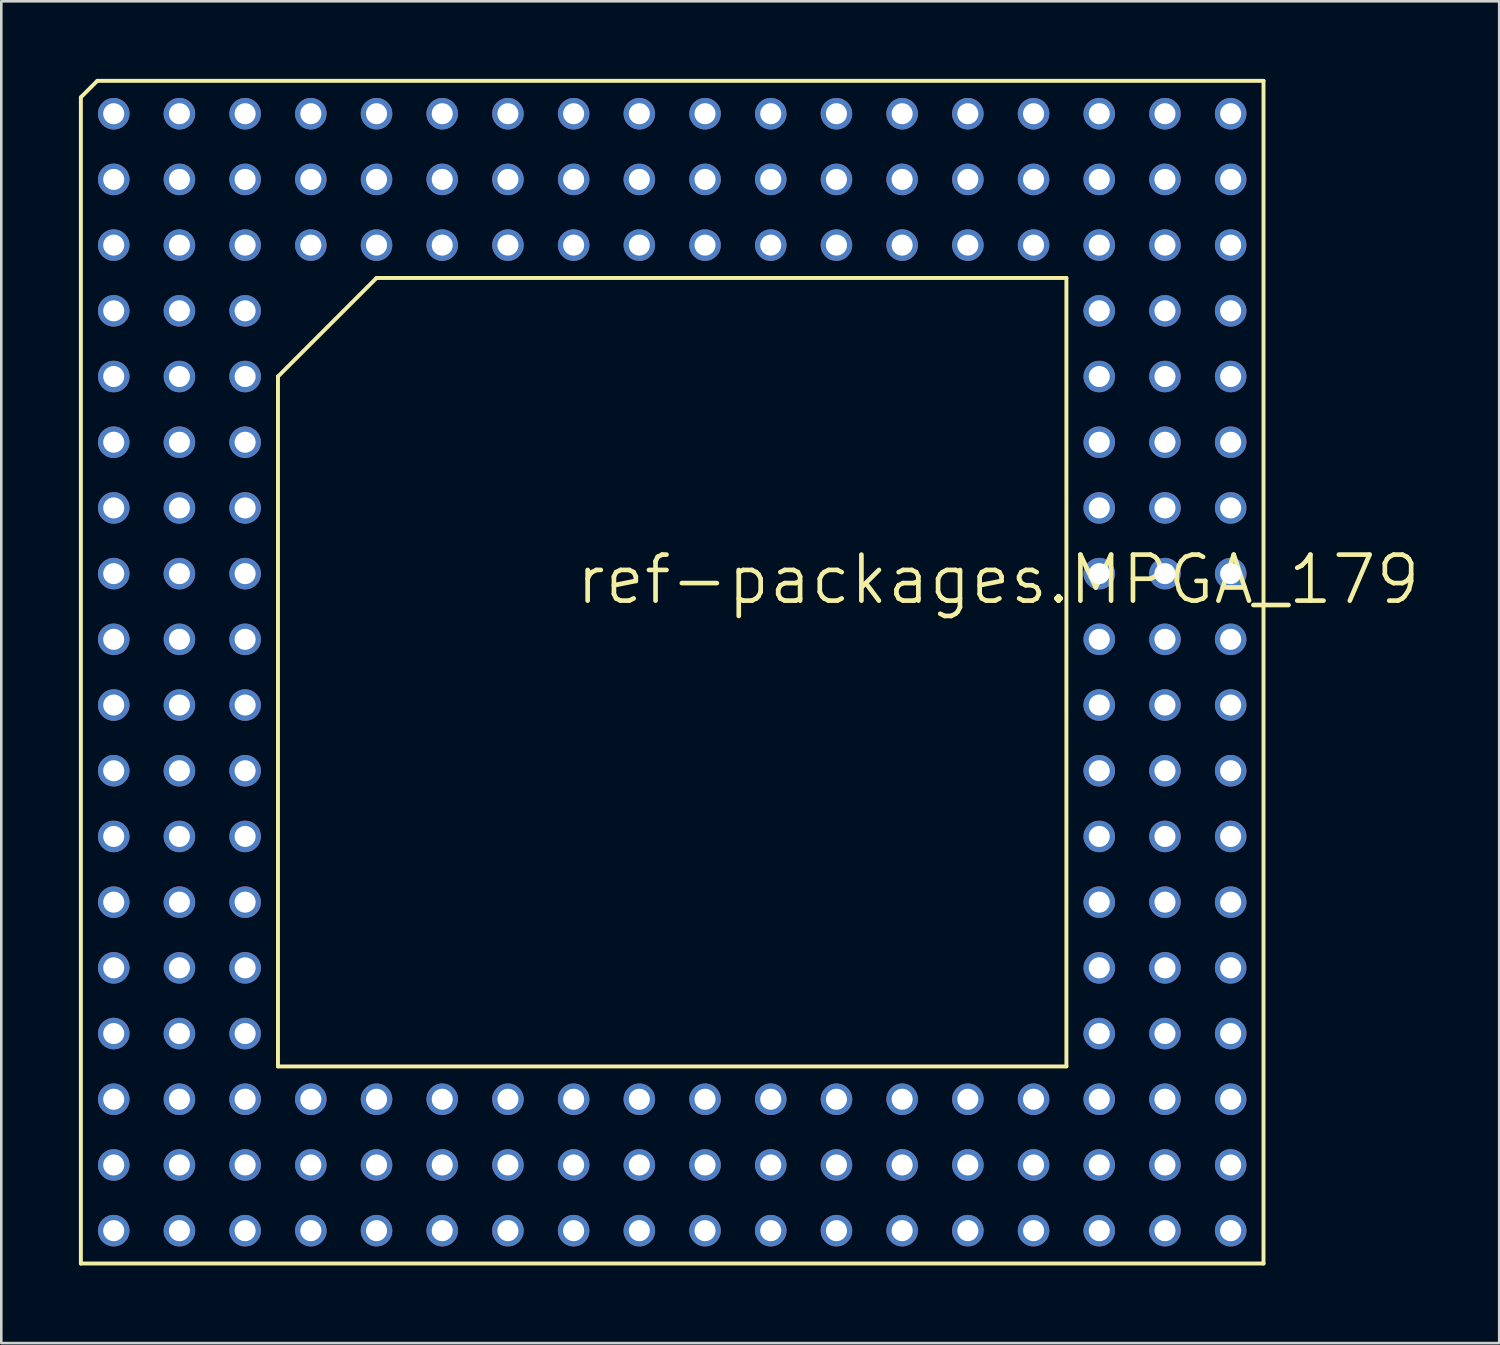
<source format=kicad_pcb>
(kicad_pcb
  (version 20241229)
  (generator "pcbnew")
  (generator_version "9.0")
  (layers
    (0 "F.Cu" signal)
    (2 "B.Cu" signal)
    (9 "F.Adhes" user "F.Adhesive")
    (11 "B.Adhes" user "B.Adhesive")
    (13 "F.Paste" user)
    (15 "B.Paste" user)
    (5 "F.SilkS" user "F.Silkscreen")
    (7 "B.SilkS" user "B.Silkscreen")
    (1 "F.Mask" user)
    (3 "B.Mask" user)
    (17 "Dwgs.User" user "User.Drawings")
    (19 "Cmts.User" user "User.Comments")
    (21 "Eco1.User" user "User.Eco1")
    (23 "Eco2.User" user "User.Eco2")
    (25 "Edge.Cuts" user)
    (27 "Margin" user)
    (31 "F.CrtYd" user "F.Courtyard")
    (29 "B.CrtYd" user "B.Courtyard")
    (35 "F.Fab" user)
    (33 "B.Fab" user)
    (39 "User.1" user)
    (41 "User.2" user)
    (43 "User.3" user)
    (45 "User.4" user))
  (footprint "ref-packages.MPGA_179"
    (layer "F.Cu")
    (at 22.936 22.936)
    (property "Reference" "ref-packages.MPGA_179" (at -3.81 -2.54 0) (layer "F.SilkS") (effects (font (size 1.778 1.778) (thickness 0.18)) (justify left bottom)))
    (attr through_hole)
    (fp_line (start -22.86 -22.225) (end -22.225 -22.86) (stroke (width 0.152) (type default)) (layer "F.SilkS"))
    (fp_line (start -22.86 22.86) (end -22.86 -22.225) (stroke (width 0.152) (type default)) (layer "F.SilkS"))
    (fp_line (start -22.225 -22.86) (end 22.86 -22.86) (stroke (width 0.152) (type default)) (layer "F.SilkS"))
    (fp_line (start -15.24 -11.43) (end -15.24 15.24) (stroke (width 0.152) (type default)) (layer "F.SilkS"))
    (fp_line (start -11.43 -15.24) (end -15.24 -11.43) (stroke (width 0.152) (type default)) (layer "F.SilkS"))
    (fp_line (start -11.43 -15.24) (end 15.24 -15.24) (stroke (width 0.152) (type default)) (layer "F.SilkS"))
    (fp_line (start 15.24 15.24) (end -15.24 15.24) (stroke (width 0.152) (type default)) (layer "F.SilkS"))
    (fp_line (start 15.24 15.24) (end 15.24 -15.24) (stroke (width 0.152) (type default)) (layer "F.SilkS"))
    (fp_line (start 22.86 -22.86) (end 22.86 22.86) (stroke (width 0.152) (type default)) (layer "F.SilkS"))
    (fp_line (start 22.86 22.86) (end -22.86 22.86) (stroke (width 0.152) (type default)) (layer "F.SilkS"))
    (pad "A01" thru_hole circle (at -21.59 -21.59 90) (size 1.219 1.219) (drill 0.813) (layers "*.Cu" "*.Mask"))
    (pad "A02" thru_hole circle (at -19.05 -21.59 90) (size 1.219 1.219) (drill 0.813) (layers "*.Cu" "*.Mask"))
    (pad "A03" thru_hole circle (at -16.51 -21.59 90) (size 1.219 1.219) (drill 0.813) (layers "*.Cu" "*.Mask"))
    (pad "A04" thru_hole circle (at -13.97 -21.59 90) (size 1.219 1.219) (drill 0.813) (layers "*.Cu" "*.Mask"))
    (pad "A05" thru_hole circle (at -11.43 -21.59 90) (size 1.219 1.219) (drill 0.813) (layers "*.Cu" "*.Mask"))
    (pad "A06" thru_hole circle (at -8.89 -21.59 90) (size 1.219 1.219) (drill 0.813) (layers "*.Cu" "*.Mask"))
    (pad "A07" thru_hole circle (at -6.35 -21.59 90) (size 1.219 1.219) (drill 0.813) (layers "*.Cu" "*.Mask"))
    (pad "A08" thru_hole circle (at -3.81 -21.59 90) (size 1.219 1.219) (drill 0.813) (layers "*.Cu" "*.Mask"))
    (pad "A09" thru_hole circle (at -1.27 -21.59 90) (size 1.219 1.219) (drill 0.813) (layers "*.Cu" "*.Mask"))
    (pad "A10" thru_hole circle (at 1.27 -21.59 90) (size 1.219 1.219) (drill 0.813) (layers "*.Cu" "*.Mask"))
    (pad "A11" thru_hole circle (at 3.81 -21.59 90) (size 1.219 1.219) (drill 0.813) (layers "*.Cu" "*.Mask"))
    (pad "A12" thru_hole circle (at 6.35 -21.59 90) (size 1.219 1.219) (drill 0.813) (layers "*.Cu" "*.Mask"))
    (pad "A13" thru_hole circle (at 8.89 -21.59 90) (size 1.219 1.219) (drill 0.813) (layers "*.Cu" "*.Mask"))
    (pad "A14" thru_hole circle (at 11.43 -21.59 90) (size 1.219 1.219) (drill 0.813) (layers "*.Cu" "*.Mask"))
    (pad "A15" thru_hole circle (at 13.97 -21.59 90) (size 1.219 1.219) (drill 0.813) (layers "*.Cu" "*.Mask"))
    (pad "A16" thru_hole circle (at 16.51 -21.59 90) (size 1.219 1.219) (drill 0.813) (layers "*.Cu" "*.Mask"))
    (pad "A17" thru_hole circle (at 19.05 -21.59 90) (size 1.219 1.219) (drill 0.813) (layers "*.Cu" "*.Mask"))
    (pad "A18" thru_hole circle (at 21.59 -21.59 90) (size 1.219 1.219) (drill 0.813) (layers "*.Cu" "*.Mask"))
    (pad "B01" thru_hole circle (at -21.59 -19.05 90) (size 1.219 1.219) (drill 0.813) (layers "*.Cu" "*.Mask"))
    (pad "B02" thru_hole circle (at -19.05 -19.05 90) (size 1.219 1.219) (drill 0.813) (layers "*.Cu" "*.Mask"))
    (pad "B03" thru_hole circle (at -16.51 -19.05 90) (size 1.219 1.219) (drill 0.813) (layers "*.Cu" "*.Mask"))
    (pad "B04" thru_hole circle (at -13.97 -19.05 90) (size 1.219 1.219) (drill 0.813) (layers "*.Cu" "*.Mask"))
    (pad "B05" thru_hole circle (at -11.43 -19.05 90) (size 1.219 1.219) (drill 0.813) (layers "*.Cu" "*.Mask"))
    (pad "B06" thru_hole circle (at -8.89 -19.05 90) (size 1.219 1.219) (drill 0.813) (layers "*.Cu" "*.Mask"))
    (pad "B07" thru_hole circle (at -6.35 -19.05 90) (size 1.219 1.219) (drill 0.813) (layers "*.Cu" "*.Mask"))
    (pad "B08" thru_hole circle (at -3.81 -19.05 90) (size 1.219 1.219) (drill 0.813) (layers "*.Cu" "*.Mask"))
    (pad "B09" thru_hole circle (at -1.27 -19.05 90) (size 1.219 1.219) (drill 0.813) (layers "*.Cu" "*.Mask"))
    (pad "B10" thru_hole circle (at 1.27 -19.05 90) (size 1.219 1.219) (drill 0.813) (layers "*.Cu" "*.Mask"))
    (pad "B11" thru_hole circle (at 3.81 -19.05 90) (size 1.219 1.219) (drill 0.813) (layers "*.Cu" "*.Mask"))
    (pad "B12" thru_hole circle (at 6.35 -19.05 90) (size 1.219 1.219) (drill 0.813) (layers "*.Cu" "*.Mask"))
    (pad "B13" thru_hole circle (at 8.89 -19.05 90) (size 1.219 1.219) (drill 0.813) (layers "*.Cu" "*.Mask"))
    (pad "B14" thru_hole circle (at 11.43 -19.05 90) (size 1.219 1.219) (drill 0.813) (layers "*.Cu" "*.Mask"))
    (pad "B15" thru_hole circle (at 13.97 -19.05 90) (size 1.219 1.219) (drill 0.813) (layers "*.Cu" "*.Mask"))
    (pad "B16" thru_hole circle (at 16.51 -19.05 90) (size 1.219 1.219) (drill 0.813) (layers "*.Cu" "*.Mask"))
    (pad "B17" thru_hole circle (at 19.05 -19.05 90) (size 1.219 1.219) (drill 0.813) (layers "*.Cu" "*.Mask"))
    (pad "B18" thru_hole circle (at 21.59 -19.05 90) (size 1.219 1.219) (drill 0.813) (layers "*.Cu" "*.Mask"))
    (pad "C01" thru_hole circle (at -21.59 -16.51 90) (size 1.219 1.219) (drill 0.813) (layers "*.Cu" "*.Mask"))
    (pad "C02" thru_hole circle (at -19.05 -16.51 90) (size 1.219 1.219) (drill 0.813) (layers "*.Cu" "*.Mask"))
    (pad "C03" thru_hole circle (at -16.51 -16.51 90) (size 1.219 1.219) (drill 0.813) (layers "*.Cu" "*.Mask"))
    (pad "C04" thru_hole circle (at -13.97 -16.51 90) (size 1.219 1.219) (drill 0.813) (layers "*.Cu" "*.Mask"))
    (pad "C05" thru_hole circle (at -11.43 -16.51 90) (size 1.219 1.219) (drill 0.813) (layers "*.Cu" "*.Mask"))
    (pad "C06" thru_hole circle (at -8.89 -16.51 90) (size 1.219 1.219) (drill 0.813) (layers "*.Cu" "*.Mask"))
    (pad "C07" thru_hole circle (at -6.35 -16.51 90) (size 1.219 1.219) (drill 0.813) (layers "*.Cu" "*.Mask"))
    (pad "C08" thru_hole circle (at -3.81 -16.51 90) (size 1.219 1.219) (drill 0.813) (layers "*.Cu" "*.Mask"))
    (pad "C09" thru_hole circle (at -1.27 -16.51 90) (size 1.219 1.219) (drill 0.813) (layers "*.Cu" "*.Mask"))
    (pad "C10" thru_hole circle (at 1.27 -16.51 90) (size 1.219 1.219) (drill 0.813) (layers "*.Cu" "*.Mask"))
    (pad "C11" thru_hole circle (at 3.81 -16.51 90) (size 1.219 1.219) (drill 0.813) (layers "*.Cu" "*.Mask"))
    (pad "C12" thru_hole circle (at 6.35 -16.51 90) (size 1.219 1.219) (drill 0.813) (layers "*.Cu" "*.Mask"))
    (pad "C13" thru_hole circle (at 8.89 -16.51 90) (size 1.219 1.219) (drill 0.813) (layers "*.Cu" "*.Mask"))
    (pad "C14" thru_hole circle (at 11.43 -16.51 90) (size 1.219 1.219) (drill 0.813) (layers "*.Cu" "*.Mask"))
    (pad "C15" thru_hole circle (at 13.97 -16.51 90) (size 1.219 1.219) (drill 0.813) (layers "*.Cu" "*.Mask"))
    (pad "C16" thru_hole circle (at 16.51 -16.51 90) (size 1.219 1.219) (drill 0.813) (layers "*.Cu" "*.Mask"))
    (pad "C17" thru_hole circle (at 19.05 -16.51 90) (size 1.219 1.219) (drill 0.813) (layers "*.Cu" "*.Mask"))
    (pad "C18" thru_hole circle (at 21.59 -16.51 90) (size 1.219 1.219) (drill 0.813) (layers "*.Cu" "*.Mask"))
    (pad "D01" thru_hole circle (at -21.59 -13.97 90) (size 1.219 1.219) (drill 0.813) (layers "*.Cu" "*.Mask"))
    (pad "D02" thru_hole circle (at -19.05 -13.97 90) (size 1.219 1.219) (drill 0.813) (layers "*.Cu" "*.Mask"))
    (pad "D03" thru_hole circle (at -16.51 -13.97 90) (size 1.219 1.219) (drill 0.813) (layers "*.Cu" "*.Mask"))
    (pad "D16" thru_hole circle (at 16.51 -13.97 90) (size 1.219 1.219) (drill 0.813) (layers "*.Cu" "*.Mask"))
    (pad "D17" thru_hole circle (at 19.05 -13.97 90) (size 1.219 1.219) (drill 0.813) (layers "*.Cu" "*.Mask"))
    (pad "D18" thru_hole circle (at 21.59 -13.97 90) (size 1.219 1.219) (drill 0.813) (layers "*.Cu" "*.Mask"))
    (pad "E01" thru_hole circle (at -21.59 -11.43 90) (size 1.219 1.219) (drill 0.813) (layers "*.Cu" "*.Mask"))
    (pad "E02" thru_hole circle (at -19.05 -11.43 90) (size 1.219 1.219) (drill 0.813) (layers "*.Cu" "*.Mask"))
    (pad "E03" thru_hole circle (at -16.51 -11.43 90) (size 1.219 1.219) (drill 0.813) (layers "*.Cu" "*.Mask"))
    (pad "E16" thru_hole circle (at 16.51 -11.43 90) (size 1.219 1.219) (drill 0.813) (layers "*.Cu" "*.Mask"))
    (pad "E17" thru_hole circle (at 19.05 -11.43 90) (size 1.219 1.219) (drill 0.813) (layers "*.Cu" "*.Mask"))
    (pad "E18" thru_hole circle (at 21.59 -11.43 90) (size 1.219 1.219) (drill 0.813) (layers "*.Cu" "*.Mask"))
    (pad "F01" thru_hole circle (at -21.59 -8.89 90) (size 1.219 1.219) (drill 0.813) (layers "*.Cu" "*.Mask"))
    (pad "F02" thru_hole circle (at -19.05 -8.89 90) (size 1.219 1.219) (drill 0.813) (layers "*.Cu" "*.Mask"))
    (pad "F03" thru_hole circle (at -16.51 -8.89 90) (size 1.219 1.219) (drill 0.813) (layers "*.Cu" "*.Mask"))
    (pad "F16" thru_hole circle (at 16.51 -8.89 90) (size 1.219 1.219) (drill 0.813) (layers "*.Cu" "*.Mask"))
    (pad "F17" thru_hole circle (at 19.05 -8.89 90) (size 1.219 1.219) (drill 0.813) (layers "*.Cu" "*.Mask"))
    (pad "F18" thru_hole circle (at 21.59 -8.89 90) (size 1.219 1.219) (drill 0.813) (layers "*.Cu" "*.Mask"))
    (pad "G01" thru_hole circle (at -21.59 -6.35 90) (size 1.219 1.219) (drill 0.813) (layers "*.Cu" "*.Mask"))
    (pad "G02" thru_hole circle (at -19.05 -6.35 90) (size 1.219 1.219) (drill 0.813) (layers "*.Cu" "*.Mask"))
    (pad "G03" thru_hole circle (at -16.51 -6.35 90) (size 1.219 1.219) (drill 0.813) (layers "*.Cu" "*.Mask"))
    (pad "G16" thru_hole circle (at 16.51 -6.35 90) (size 1.219 1.219) (drill 0.813) (layers "*.Cu" "*.Mask"))
    (pad "G17" thru_hole circle (at 19.05 -6.35 90) (size 1.219 1.219) (drill 0.813) (layers "*.Cu" "*.Mask"))
    (pad "G18" thru_hole circle (at 21.59 -6.35 90) (size 1.219 1.219) (drill 0.813) (layers "*.Cu" "*.Mask"))
    (pad "H01" thru_hole circle (at -21.59 -3.81 90) (size 1.219 1.219) (drill 0.813) (layers "*.Cu" "*.Mask"))
    (pad "H02" thru_hole circle (at -19.05 -3.81 90) (size 1.219 1.219) (drill 0.813) (layers "*.Cu" "*.Mask"))
    (pad "H03" thru_hole circle (at -16.51 -3.81 90) (size 1.219 1.219) (drill 0.813) (layers "*.Cu" "*.Mask"))
    (pad "H16" thru_hole circle (at 16.51 -3.81 90) (size 1.219 1.219) (drill 0.813) (layers "*.Cu" "*.Mask"))
    (pad "H17" thru_hole circle (at 19.05 -3.81 90) (size 1.219 1.219) (drill 0.813) (layers "*.Cu" "*.Mask"))
    (pad "H18" thru_hole circle (at 21.59 -3.81 90) (size 1.219 1.219) (drill 0.813) (layers "*.Cu" "*.Mask"))
    (pad "J01" thru_hole circle (at -21.59 -1.27 90) (size 1.219 1.219) (drill 0.813) (layers "*.Cu" "*.Mask"))
    (pad "J02" thru_hole circle (at -19.05 -1.27 90) (size 1.219 1.219) (drill 0.813) (layers "*.Cu" "*.Mask"))
    (pad "J03" thru_hole circle (at -16.51 -1.27 90) (size 1.219 1.219) (drill 0.813) (layers "*.Cu" "*.Mask"))
    (pad "J16" thru_hole circle (at 16.51 -1.27 90) (size 1.219 1.219) (drill 0.813) (layers "*.Cu" "*.Mask"))
    (pad "J17" thru_hole circle (at 19.05 -1.27 90) (size 1.219 1.219) (drill 0.813) (layers "*.Cu" "*.Mask"))
    (pad "J18" thru_hole circle (at 21.59 -1.27 90) (size 1.219 1.219) (drill 0.813) (layers "*.Cu" "*.Mask"))
    (pad "K01" thru_hole circle (at -21.59 1.27 90) (size 1.219 1.219) (drill 0.813) (layers "*.Cu" "*.Mask"))
    (pad "K02" thru_hole circle (at -19.05 1.27 90) (size 1.219 1.219) (drill 0.813) (layers "*.Cu" "*.Mask"))
    (pad "K03" thru_hole circle (at -16.51 1.27 90) (size 1.219 1.219) (drill 0.813) (layers "*.Cu" "*.Mask"))
    (pad "K16" thru_hole circle (at 16.51 1.27 90) (size 1.219 1.219) (drill 0.813) (layers "*.Cu" "*.Mask"))
    (pad "K17" thru_hole circle (at 19.05 1.27 90) (size 1.219 1.219) (drill 0.813) (layers "*.Cu" "*.Mask"))
    (pad "K18" thru_hole circle (at 21.59 1.27 90) (size 1.219 1.219) (drill 0.813) (layers "*.Cu" "*.Mask"))
    (pad "L01" thru_hole circle (at -21.59 3.81 90) (size 1.219 1.219) (drill 0.813) (layers "*.Cu" "*.Mask"))
    (pad "L02" thru_hole circle (at -19.05 3.81 90) (size 1.219 1.219) (drill 0.813) (layers "*.Cu" "*.Mask"))
    (pad "L03" thru_hole circle (at -16.51 3.81 90) (size 1.219 1.219) (drill 0.813) (layers "*.Cu" "*.Mask"))
    (pad "L16" thru_hole circle (at 16.51 3.81 90) (size 1.219 1.219) (drill 0.813) (layers "*.Cu" "*.Mask"))
    (pad "L17" thru_hole circle (at 19.05 3.81 90) (size 1.219 1.219) (drill 0.813) (layers "*.Cu" "*.Mask"))
    (pad "L18" thru_hole circle (at 21.59 3.81 90) (size 1.219 1.219) (drill 0.813) (layers "*.Cu" "*.Mask"))
    (pad "M01" thru_hole circle (at -21.59 6.35 90) (size 1.219 1.219) (drill 0.813) (layers "*.Cu" "*.Mask"))
    (pad "M02" thru_hole circle (at -19.05 6.35 90) (size 1.219 1.219) (drill 0.813) (layers "*.Cu" "*.Mask"))
    (pad "M03" thru_hole circle (at -16.51 6.35 90) (size 1.219 1.219) (drill 0.813) (layers "*.Cu" "*.Mask"))
    (pad "M16" thru_hole circle (at 16.51 6.35 90) (size 1.219 1.219) (drill 0.813) (layers "*.Cu" "*.Mask"))
    (pad "M17" thru_hole circle (at 19.05 6.35 90) (size 1.219 1.219) (drill 0.813) (layers "*.Cu" "*.Mask"))
    (pad "M18" thru_hole circle (at 21.59 6.35 90) (size 1.219 1.219) (drill 0.813) (layers "*.Cu" "*.Mask"))
    (pad "N01" thru_hole circle (at -21.59 8.89 90) (size 1.219 1.219) (drill 0.813) (layers "*.Cu" "*.Mask"))
    (pad "N02" thru_hole circle (at -19.05 8.89 90) (size 1.219 1.219) (drill 0.813) (layers "*.Cu" "*.Mask"))
    (pad "N03" thru_hole circle (at -16.51 8.89 90) (size 1.219 1.219) (drill 0.813) (layers "*.Cu" "*.Mask"))
    (pad "N16" thru_hole circle (at 16.51 8.89 90) (size 1.219 1.219) (drill 0.813) (layers "*.Cu" "*.Mask"))
    (pad "N17" thru_hole circle (at 19.05 8.89 90) (size 1.219 1.219) (drill 0.813) (layers "*.Cu" "*.Mask"))
    (pad "N18" thru_hole circle (at 21.59 8.89 90) (size 1.219 1.219) (drill 0.813) (layers "*.Cu" "*.Mask"))
    (pad "P01" thru_hole circle (at -21.59 11.43 90) (size 1.219 1.219) (drill 0.813) (layers "*.Cu" "*.Mask"))
    (pad "P02" thru_hole circle (at -19.05 11.43 90) (size 1.219 1.219) (drill 0.813) (layers "*.Cu" "*.Mask"))
    (pad "P03" thru_hole circle (at -16.51 11.43 90) (size 1.219 1.219) (drill 0.813) (layers "*.Cu" "*.Mask"))
    (pad "P16" thru_hole circle (at 16.51 11.43 90) (size 1.219 1.219) (drill 0.813) (layers "*.Cu" "*.Mask"))
    (pad "P17" thru_hole circle (at 19.05 11.43 90) (size 1.219 1.219) (drill 0.813) (layers "*.Cu" "*.Mask"))
    (pad "P18" thru_hole circle (at 21.59 11.43 90) (size 1.219 1.219) (drill 0.813) (layers "*.Cu" "*.Mask"))
    (pad "Q01" thru_hole circle (at -21.59 13.97 90) (size 1.219 1.219) (drill 0.813) (layers "*.Cu" "*.Mask"))
    (pad "Q02" thru_hole circle (at -19.05 13.97 90) (size 1.219 1.219) (drill 0.813) (layers "*.Cu" "*.Mask"))
    (pad "Q03" thru_hole circle (at -16.51 13.97 90) (size 1.219 1.219) (drill 0.813) (layers "*.Cu" "*.Mask"))
    (pad "Q16" thru_hole circle (at 16.51 13.97 90) (size 1.219 1.219) (drill 0.813) (layers "*.Cu" "*.Mask"))
    (pad "Q17" thru_hole circle (at 19.05 13.97 90) (size 1.219 1.219) (drill 0.813) (layers "*.Cu" "*.Mask"))
    (pad "Q18" thru_hole circle (at 21.59 13.97 90) (size 1.219 1.219) (drill 0.813) (layers "*.Cu" "*.Mask"))
    (pad "R01" thru_hole circle (at -21.59 16.51 90) (size 1.219 1.219) (drill 0.813) (layers "*.Cu" "*.Mask"))
    (pad "R02" thru_hole circle (at -19.05 16.51 90) (size 1.219 1.219) (drill 0.813) (layers "*.Cu" "*.Mask"))
    (pad "R03" thru_hole circle (at -16.51 16.51 90) (size 1.219 1.219) (drill 0.813) (layers "*.Cu" "*.Mask"))
    (pad "R04" thru_hole circle (at -13.97 16.51 90) (size 1.219 1.219) (drill 0.813) (layers "*.Cu" "*.Mask"))
    (pad "R05" thru_hole circle (at -11.43 16.51 90) (size 1.219 1.219) (drill 0.813) (layers "*.Cu" "*.Mask"))
    (pad "R06" thru_hole circle (at -8.89 16.51 90) (size 1.219 1.219) (drill 0.813) (layers "*.Cu" "*.Mask"))
    (pad "R07" thru_hole circle (at -6.35 16.51 90) (size 1.219 1.219) (drill 0.813) (layers "*.Cu" "*.Mask"))
    (pad "R08" thru_hole circle (at -3.81 16.51 90) (size 1.219 1.219) (drill 0.813) (layers "*.Cu" "*.Mask"))
    (pad "R09" thru_hole circle (at -1.27 16.51 90) (size 1.219 1.219) (drill 0.813) (layers "*.Cu" "*.Mask"))
    (pad "R10" thru_hole circle (at 1.27 16.51 90) (size 1.219 1.219) (drill 0.813) (layers "*.Cu" "*.Mask"))
    (pad "R11" thru_hole circle (at 3.81 16.51 90) (size 1.219 1.219) (drill 0.813) (layers "*.Cu" "*.Mask"))
    (pad "R12" thru_hole circle (at 6.35 16.51 90) (size 1.219 1.219) (drill 0.813) (layers "*.Cu" "*.Mask"))
    (pad "R13" thru_hole circle (at 8.89 16.51 90) (size 1.219 1.219) (drill 0.813) (layers "*.Cu" "*.Mask"))
    (pad "R14" thru_hole circle (at 11.43 16.51 90) (size 1.219 1.219) (drill 0.813) (layers "*.Cu" "*.Mask"))
    (pad "R15" thru_hole circle (at 13.97 16.51 90) (size 1.219 1.219) (drill 0.813) (layers "*.Cu" "*.Mask"))
    (pad "R16" thru_hole circle (at 16.51 16.51 90) (size 1.219 1.219) (drill 0.813) (layers "*.Cu" "*.Mask"))
    (pad "R17" thru_hole circle (at 19.05 16.51 90) (size 1.219 1.219) (drill 0.813) (layers "*.Cu" "*.Mask"))
    (pad "R18" thru_hole circle (at 21.59 16.51 90) (size 1.219 1.219) (drill 0.813) (layers "*.Cu" "*.Mask"))
    (pad "S01" thru_hole circle (at -21.59 19.05 90) (size 1.219 1.219) (drill 0.813) (layers "*.Cu" "*.Mask"))
    (pad "S02" thru_hole circle (at -19.05 19.05 90) (size 1.219 1.219) (drill 0.813) (layers "*.Cu" "*.Mask"))
    (pad "S03" thru_hole circle (at -16.51 19.05 90) (size 1.219 1.219) (drill 0.813) (layers "*.Cu" "*.Mask"))
    (pad "S04" thru_hole circle (at -13.97 19.05 90) (size 1.219 1.219) (drill 0.813) (layers "*.Cu" "*.Mask"))
    (pad "S05" thru_hole circle (at -11.43 19.05 90) (size 1.219 1.219) (drill 0.813) (layers "*.Cu" "*.Mask"))
    (pad "S06" thru_hole circle (at -8.89 19.05 90) (size 1.219 1.219) (drill 0.813) (layers "*.Cu" "*.Mask"))
    (pad "S07" thru_hole circle (at -6.35 19.05 90) (size 1.219 1.219) (drill 0.813) (layers "*.Cu" "*.Mask"))
    (pad "S08" thru_hole circle (at -3.81 19.05 90) (size 1.219 1.219) (drill 0.813) (layers "*.Cu" "*.Mask"))
    (pad "S09" thru_hole circle (at -1.27 19.05 90) (size 1.219 1.219) (drill 0.813) (layers "*.Cu" "*.Mask"))
    (pad "S10" thru_hole circle (at 1.27 19.05 90) (size 1.219 1.219) (drill 0.813) (layers "*.Cu" "*.Mask"))
    (pad "S11" thru_hole circle (at 3.81 19.05 90) (size 1.219 1.219) (drill 0.813) (layers "*.Cu" "*.Mask"))
    (pad "S12" thru_hole circle (at 6.35 19.05 90) (size 1.219 1.219) (drill 0.813) (layers "*.Cu" "*.Mask"))
    (pad "S13" thru_hole circle (at 8.89 19.05 90) (size 1.219 1.219) (drill 0.813) (layers "*.Cu" "*.Mask"))
    (pad "S14" thru_hole circle (at 11.43 19.05 90) (size 1.219 1.219) (drill 0.813) (layers "*.Cu" "*.Mask"))
    (pad "S15" thru_hole circle (at 13.97 19.05 90) (size 1.219 1.219) (drill 0.813) (layers "*.Cu" "*.Mask"))
    (pad "S16" thru_hole circle (at 16.51 19.05 90) (size 1.219 1.219) (drill 0.813) (layers "*.Cu" "*.Mask"))
    (pad "S17" thru_hole circle (at 19.05 19.05 90) (size 1.219 1.219) (drill 0.813) (layers "*.Cu" "*.Mask"))
    (pad "S18" thru_hole circle (at 21.59 19.05 90) (size 1.219 1.219) (drill 0.813) (layers "*.Cu" "*.Mask"))
    (pad "T01" thru_hole circle (at -21.59 21.59 90) (size 1.219 1.219) (drill 0.813) (layers "*.Cu" "*.Mask"))
    (pad "T02" thru_hole circle (at -19.05 21.59 90) (size 1.219 1.219) (drill 0.813) (layers "*.Cu" "*.Mask"))
    (pad "T03" thru_hole circle (at -16.51 21.59 90) (size 1.219 1.219) (drill 0.813) (layers "*.Cu" "*.Mask"))
    (pad "T04" thru_hole circle (at -13.97 21.59 90) (size 1.219 1.219) (drill 0.813) (layers "*.Cu" "*.Mask"))
    (pad "T05" thru_hole circle (at -11.43 21.59 90) (size 1.219 1.219) (drill 0.813) (layers "*.Cu" "*.Mask"))
    (pad "T06" thru_hole circle (at -8.89 21.59 90) (size 1.219 1.219) (drill 0.813) (layers "*.Cu" "*.Mask"))
    (pad "T07" thru_hole circle (at -6.35 21.59 90) (size 1.219 1.219) (drill 0.813) (layers "*.Cu" "*.Mask"))
    (pad "T08" thru_hole circle (at -3.81 21.59 90) (size 1.219 1.219) (drill 0.813) (layers "*.Cu" "*.Mask"))
    (pad "T09" thru_hole circle (at -1.27 21.59 90) (size 1.219 1.219) (drill 0.813) (layers "*.Cu" "*.Mask"))
    (pad "T10" thru_hole circle (at 1.27 21.59 90) (size 1.219 1.219) (drill 0.813) (layers "*.Cu" "*.Mask"))
    (pad "T11" thru_hole circle (at 3.81 21.59 90) (size 1.219 1.219) (drill 0.813) (layers "*.Cu" "*.Mask"))
    (pad "T12" thru_hole circle (at 6.35 21.59 90) (size 1.219 1.219) (drill 0.813) (layers "*.Cu" "*.Mask"))
    (pad "T13" thru_hole circle (at 8.89 21.59 90) (size 1.219 1.219) (drill 0.813) (layers "*.Cu" "*.Mask"))
    (pad "T14" thru_hole circle (at 11.43 21.59 90) (size 1.219 1.219) (drill 0.813) (layers "*.Cu" "*.Mask"))
    (pad "T15" thru_hole circle (at 13.97 21.59 90) (size 1.219 1.219) (drill 0.813) (layers "*.Cu" "*.Mask"))
    (pad "T16" thru_hole circle (at 16.51 21.59 90) (size 1.219 1.219) (drill 0.813) (layers "*.Cu" "*.Mask"))
    (pad "T17" thru_hole circle (at 19.05 21.59 90) (size 1.219 1.219) (drill 0.813) (layers "*.Cu" "*.Mask"))
    (pad "T18" thru_hole circle (at 21.59 21.59 90) (size 1.219 1.219) (drill 0.813) (layers "*.Cu" "*.Mask")))
  (gr_rect
    (start -3 -3)
    (end 54.907 48.872)
    (stroke (width 0.1) (type default))
    (fill no)
    (layer "Edge.Cuts")))
</source>
